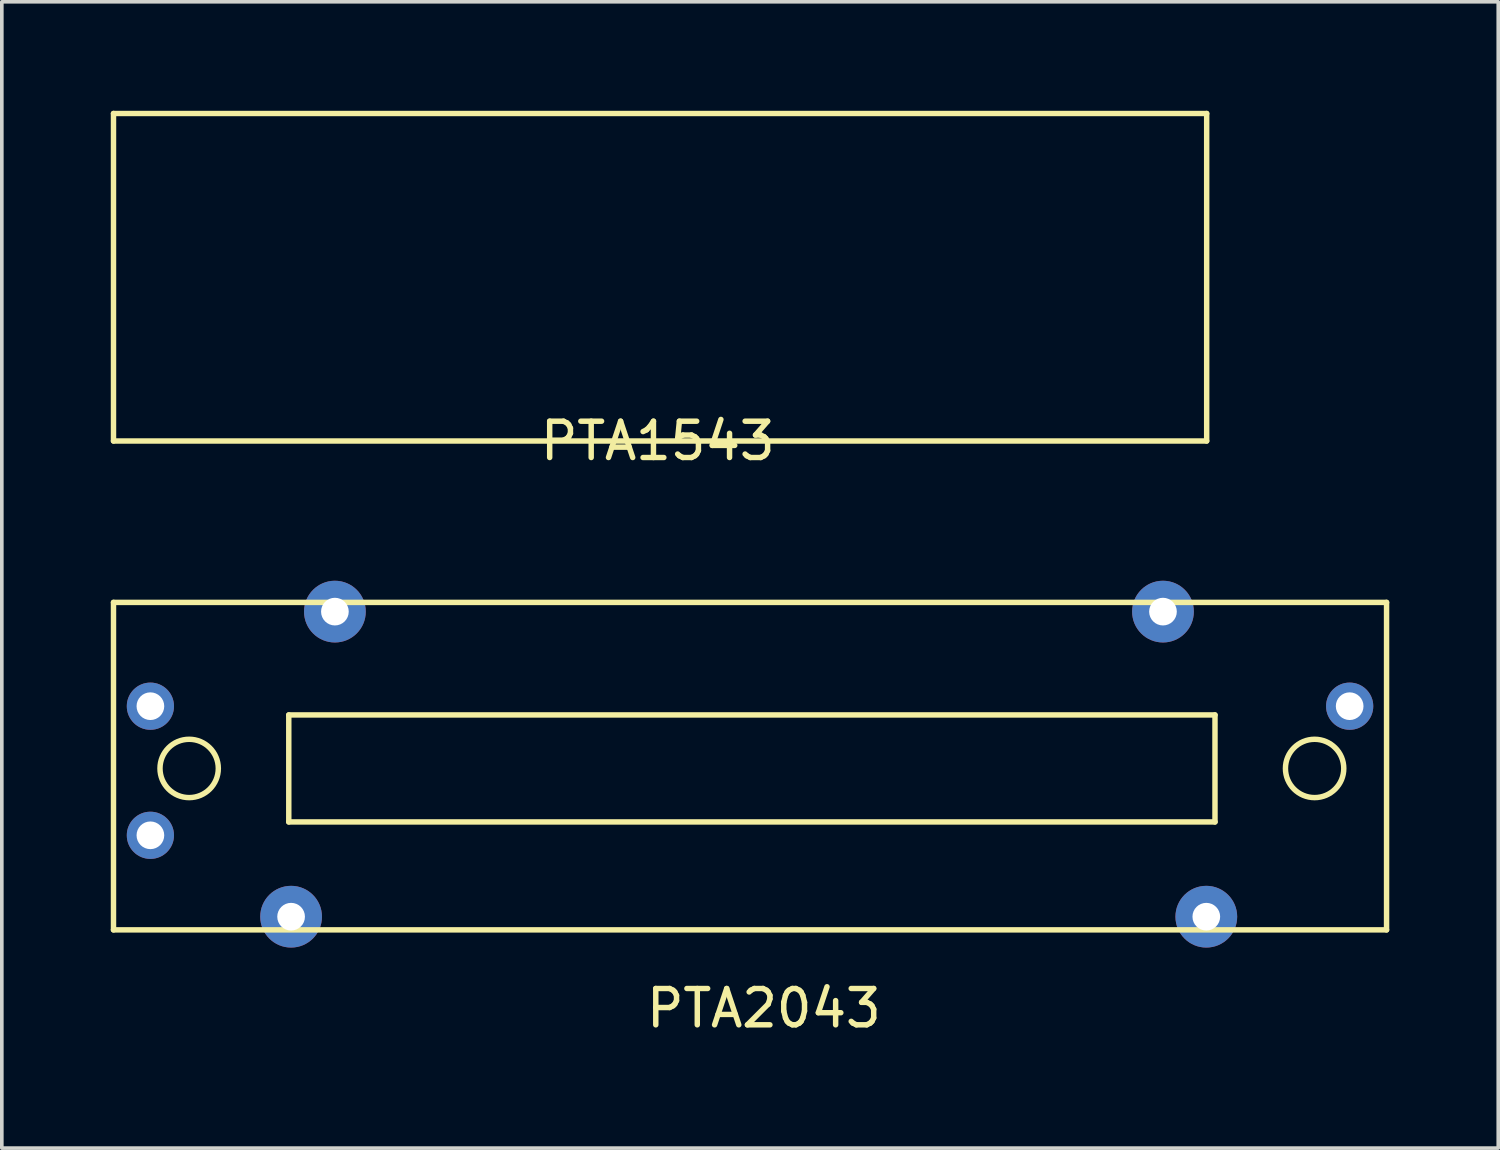
<source format=kicad_pcb>
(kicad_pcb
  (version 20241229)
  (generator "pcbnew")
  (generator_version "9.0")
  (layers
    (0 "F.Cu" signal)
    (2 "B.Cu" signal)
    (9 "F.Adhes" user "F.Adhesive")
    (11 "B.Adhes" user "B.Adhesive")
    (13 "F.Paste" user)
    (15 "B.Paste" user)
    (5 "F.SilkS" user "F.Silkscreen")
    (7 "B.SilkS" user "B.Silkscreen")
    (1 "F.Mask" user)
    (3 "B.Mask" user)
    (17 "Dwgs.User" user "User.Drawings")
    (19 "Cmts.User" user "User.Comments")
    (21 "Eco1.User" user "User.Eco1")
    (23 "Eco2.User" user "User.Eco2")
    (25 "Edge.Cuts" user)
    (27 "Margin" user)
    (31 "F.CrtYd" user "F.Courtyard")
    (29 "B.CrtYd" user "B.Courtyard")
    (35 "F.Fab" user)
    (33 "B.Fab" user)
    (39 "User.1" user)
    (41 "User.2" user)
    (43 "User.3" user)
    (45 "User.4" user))
  (footprint "PTA2043"
    (layer "F.Cu")
    (at 17.601 18.108)
    (property "Reference" "PTA2043" (at 0.381 6.604 0) (layer "F.SilkS") (effects (font (size 1 1) (thickness 0.15))))
    (attr through_hole)
    (fp_line (start -17.526 -4.572) (end -17.526 4.445) (stroke (width 0.15) (type solid)) (layer "F.SilkS"))
    (fp_line (start -17.526 4.445) (end 17.526 4.445) (stroke (width 0.15) (type solid)) (layer "F.SilkS"))
    (fp_line (start -12.7 -1.473) (end 12.802 -1.473) (stroke (width 0.15) (type solid)) (layer "F.SilkS"))
    (fp_line (start -12.7 1.473) (end -12.7 -1.473) (stroke (width 0.15) (type solid)) (layer "F.SilkS"))
    (fp_line (start 12.802 -1.473) (end 12.802 1.473) (stroke (width 0.15) (type solid)) (layer "F.SilkS"))
    (fp_line (start 12.802 1.473) (end -12.7 1.473) (stroke (width 0.15) (type solid)) (layer "F.SilkS"))
    (fp_line (start 17.526 -4.572) (end -17.526 -4.572) (stroke (width 0.15) (type solid)) (layer "F.SilkS"))
    (fp_line (start 17.526 4.445) (end 17.526 -4.572) (stroke (width 0.15) (type solid)) (layer "F.SilkS"))
    (fp_circle (center -15.443 0) (end -14.64 0) (stroke (width 0.15) (type solid)) (fill no) (layer "F.SilkS"))
    (fp_circle (center 15.545 0) (end 16.348 0) (stroke (width 0.15) (type solid)) (fill no) (layer "F.SilkS"))
    (pad "" np_thru_hole circle (at -12.636 4.082) (size 1.7 1.7) (drill 0.762) (layers "*.Cu" "*.Mask"))
    (pad "" np_thru_hole circle (at -11.43 -4.318) (size 1.7 1.7) (drill 0.762) (layers "*.Cu" "*.Mask"))
    (pad "" np_thru_hole circle (at 11.37 -4.318) (size 1.7 1.7) (drill 0.762) (layers "*.Cu" "*.Mask"))
    (pad "" np_thru_hole circle (at 12.563 4.082) (size 1.7 1.7) (drill 0.762) (layers "*.Cu" "*.Mask"))
    (pad "1" thru_hole circle (at -16.51 -1.714) (size 1.3 1.3) (drill 0.762) (layers "*.Cu" "*.Mask"))
    (pad "2" thru_hole circle (at -16.51 1.841) (size 1.3 1.3) (drill 0.762) (layers "*.Cu" "*.Mask"))
    (pad "3" thru_hole circle (at 16.51 -1.714) (size 1.3 1.3) (drill 0.762) (layers "*.Cu" "*.Mask")))
  (footprint "PTA1543"
    (layer "F.Cu")
    (at 15.061 4.647)
    (property "Reference" "PTA1543" (at 0 4.445 0) (layer "F.SilkS") (effects (font (size 1 1) (thickness 0.15))))
    (attr through_hole)
    (fp_line (start -14.986 -4.572) (end 15.113 -4.572) (stroke (width 0.15) (type solid)) (layer "F.SilkS"))
    (fp_line (start -14.986 4.445) (end -14.986 -4.572) (stroke (width 0.15) (type solid)) (layer "F.SilkS"))
    (fp_line (start 15.113 -4.572) (end 15.113 4.445) (stroke (width 0.15) (type solid)) (layer "F.SilkS"))
    (fp_line (start 15.113 4.445) (end -14.986 4.445) (stroke (width 0.15) (type solid)) (layer "F.SilkS")))
  (gr_rect
    (start -3 -3)
    (end 38.202 28.561)
    (stroke (width 0.1) (type default))
    (fill no)
    (layer "Edge.Cuts")))
</source>
